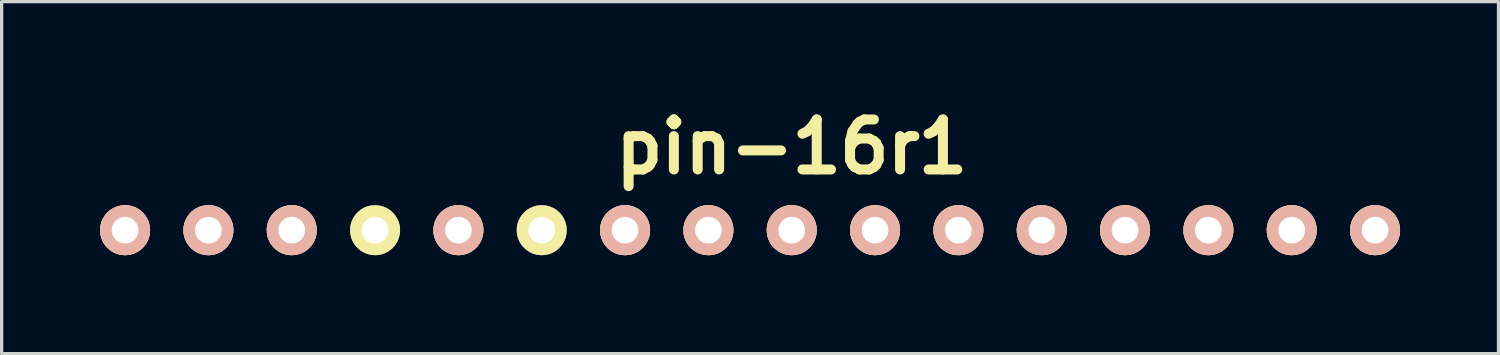
<source format=kicad_pcb>
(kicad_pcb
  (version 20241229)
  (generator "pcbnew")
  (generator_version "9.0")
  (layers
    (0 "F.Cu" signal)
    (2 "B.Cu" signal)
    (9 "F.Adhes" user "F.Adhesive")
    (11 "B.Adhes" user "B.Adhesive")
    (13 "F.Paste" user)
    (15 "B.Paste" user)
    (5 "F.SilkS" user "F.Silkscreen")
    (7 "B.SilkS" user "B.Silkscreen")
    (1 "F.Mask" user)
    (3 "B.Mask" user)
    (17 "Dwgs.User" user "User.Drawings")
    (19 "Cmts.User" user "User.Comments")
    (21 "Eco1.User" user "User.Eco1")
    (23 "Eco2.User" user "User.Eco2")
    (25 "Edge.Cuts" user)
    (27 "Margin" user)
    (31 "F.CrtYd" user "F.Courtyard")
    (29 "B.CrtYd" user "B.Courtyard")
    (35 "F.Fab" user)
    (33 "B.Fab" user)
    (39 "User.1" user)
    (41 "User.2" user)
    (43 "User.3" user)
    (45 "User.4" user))
  (footprint "pin-16r1"
    (layer "F.Cu")
    (at 0.762 3.966)
    (property "Reference" "pin-16r1" (at 20.32 -2.54 0) (layer "F.SilkS") (effects (font (size 1.524 1.524) (thickness 0.305))))
    (attr through_hole)
    (pad "1" thru_hole circle (at 0 0) (size 1.524 1.524) (drill 0.813) (layers "*.Cu" "*.SilkS" "*.Mask"))
    (pad "2" thru_hole circle (at 2.54 0) (size 1.524 1.524) (drill 0.813) (layers "*.Cu" "*.SilkS" "*.Mask"))
    (pad "3" thru_hole circle (at 5.08 0) (size 1.524 1.524) (drill 0.813) (layers "*.Cu" "*.SilkS" "*.Mask"))
    (pad "4" thru_hole circle (at 7.62 0) (size 1.524 1.524) (drill 0.813) (layers "*.Cu" "*.Mask" "F.SilkS"))
    (pad "5" thru_hole circle (at 10.16 0) (size 1.524 1.524) (drill 0.813) (layers "*.Cu" "*.SilkS" "*.Mask"))
    (pad "6" thru_hole circle (at 12.7 0) (size 1.524 1.524) (drill 0.813) (layers "*.Cu" "*.Mask" "F.SilkS"))
    (pad "7" thru_hole circle (at 15.24 0) (size 1.524 1.524) (drill 0.813) (layers "*.Cu" "*.SilkS" "*.Mask"))
    (pad "8" thru_hole circle (at 17.78 0) (size 1.524 1.524) (drill 0.813) (layers "*.Cu" "*.SilkS" "*.Mask"))
    (pad "9" thru_hole circle (at 20.32 0) (size 1.524 1.524) (drill 0.813) (layers "*.Cu" "*.SilkS" "*.Mask"))
    (pad "10" thru_hole circle (at 22.86 0) (size 1.524 1.524) (drill 0.813) (layers "*.Cu" "*.SilkS" "*.Mask"))
    (pad "11" thru_hole circle (at 25.4 0) (size 1.524 1.524) (drill 0.813) (layers "*.Cu" "*.SilkS" "*.Mask"))
    (pad "12" thru_hole circle (at 27.94 0) (size 1.524 1.524) (drill 0.813) (layers "*.Cu" "*.SilkS" "*.Mask"))
    (pad "13" thru_hole circle (at 30.48 0) (size 1.524 1.524) (drill 0.813) (layers "*.Cu" "*.SilkS" "*.Mask"))
    (pad "14" thru_hole circle (at 33.02 0) (size 1.524 1.524) (drill 0.813) (layers "*.Cu" "*.SilkS" "*.Mask"))
    (pad "15" thru_hole circle (at 35.56 0) (size 1.524 1.524) (drill 0.813) (layers "*.Cu" "*.SilkS" "*.Mask"))
    (pad "16" thru_hole circle (at 38.1 0) (size 1.524 1.524) (drill 0.813) (layers "*.Cu" "*.SilkS" "*.Mask")))
  (gr_rect
    (start -3 -3)
    (end 42.624 7.728)
    (stroke (width 0.1) (type default))
    (fill no)
    (layer "Edge.Cuts")))
</source>
